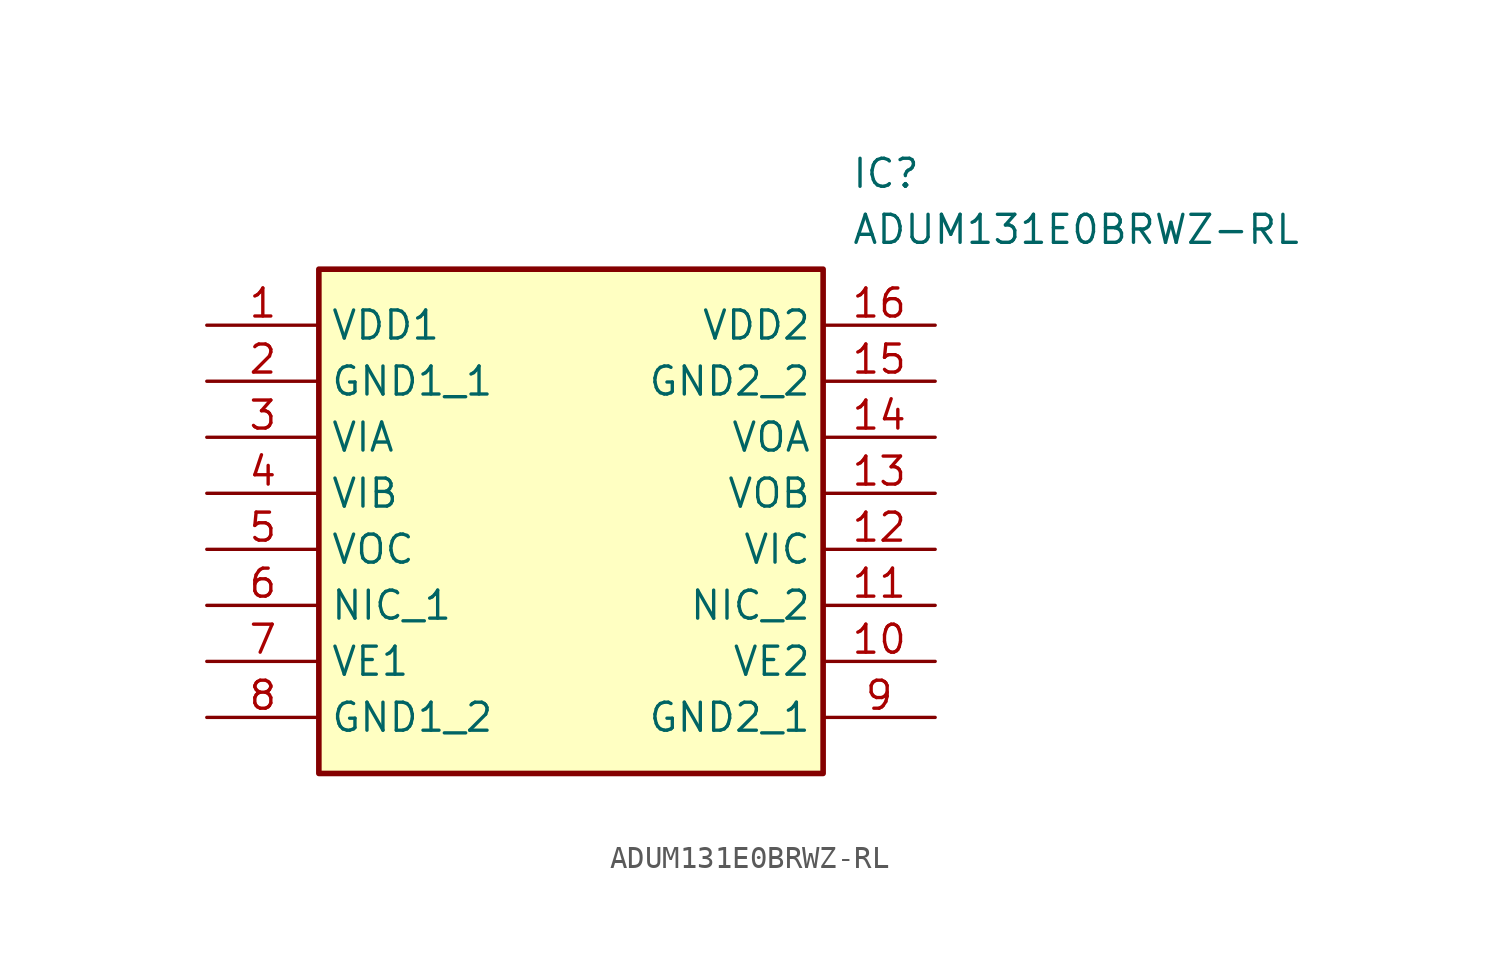
<source format=kicad_sym>
(kicad_symbol_lib
  (version 20211014)
  (generator SamacSys_ECAD_Model)
  (symbol "ADUM131E0BRWZ-RL"
    (property "Reference" "IC"
      (at 29.21 7.62 0)
      (effects (font (size 1.27 1.27)) (justify left top)))
    (property "Value" "ADUM131E0BRWZ-RL"
      (at 29.21 5.08 0)
      (effects (font (size 1.27 1.27)) (justify left top)))
    (rectangle
      (start 5.08 2.54)
      (end 27.94 -20.32)
      (stroke (width 0.254) (type default))
      (fill (type background)))
    (pin passive line
      (at 0 0 0)
      (length 5.08)
      (name "VDD1" (effects (font (size 1.27 1.27))))
      (number "1" (effects (font (size 1.27 1.27)))))
    (pin passive line
      (at 0 -2.54 0)
      (length 5.08)
      (name "GND1_1" (effects (font (size 1.27 1.27))))
      (number "2" (effects (font (size 1.27 1.27)))))
    (pin passive line
      (at 0 -5.08 0)
      (length 5.08)
      (name "VIA" (effects (font (size 1.27 1.27))))
      (number "3" (effects (font (size 1.27 1.27)))))
    (pin passive line
      (at 0 -7.62 0)
      (length 5.08)
      (name "VIB" (effects (font (size 1.27 1.27))))
      (number "4" (effects (font (size 1.27 1.27)))))
    (pin passive line
      (at 0 -10.16 0)
      (length 5.08)
      (name "VOC" (effects (font (size 1.27 1.27))))
      (number "5" (effects (font (size 1.27 1.27)))))
    (pin passive line
      (at 0 -12.7 0)
      (length 5.08)
      (name "NIC_1" (effects (font (size 1.27 1.27))))
      (number "6" (effects (font (size 1.27 1.27)))))
    (pin passive line
      (at 0 -15.24 0)
      (length 5.08)
      (name "VE1" (effects (font (size 1.27 1.27))))
      (number "7" (effects (font (size 1.27 1.27)))))
    (pin passive line
      (at 0 -17.78 0)
      (length 5.08)
      (name "GND1_2" (effects (font (size 1.27 1.27))))
      (number "8" (effects (font (size 1.27 1.27)))))
    (pin passive line
      (at 33.02 0 180)
      (length 5.08)
      (name "VDD2" (effects (font (size 1.27 1.27))))
      (number "16" (effects (font (size 1.27 1.27)))))
    (pin passive line
      (at 33.02 -2.54 180)
      (length 5.08)
      (name "GND2_2" (effects (font (size 1.27 1.27))))
      (number "15" (effects (font (size 1.27 1.27)))))
    (pin passive line
      (at 33.02 -5.08 180)
      (length 5.08)
      (name "VOA" (effects (font (size 1.27 1.27))))
      (number "14" (effects (font (size 1.27 1.27)))))
    (pin passive line
      (at 33.02 -7.62 180)
      (length 5.08)
      (name "VOB" (effects (font (size 1.27 1.27))))
      (number "13" (effects (font (size 1.27 1.27)))))
    (pin passive line
      (at 33.02 -10.16 180)
      (length 5.08)
      (name "VIC" (effects (font (size 1.27 1.27))))
      (number "12" (effects (font (size 1.27 1.27)))))
    (pin passive line
      (at 33.02 -12.7 180)
      (length 5.08)
      (name "NIC_2" (effects (font (size 1.27 1.27))))
      (number "11" (effects (font (size 1.27 1.27)))))
    (pin passive line
      (at 33.02 -15.24 180)
      (length 5.08)
      (name "VE2" (effects (font (size 1.27 1.27))))
      (number "10" (effects (font (size 1.27 1.27)))))
    (pin passive line
      (at 33.02 -17.78 180)
      (length 5.08)
      (name "GND2_1" (effects (font (size 1.27 1.27))))
      (number "9" (effects (font (size 1.27 1.27)))))))
</source>
